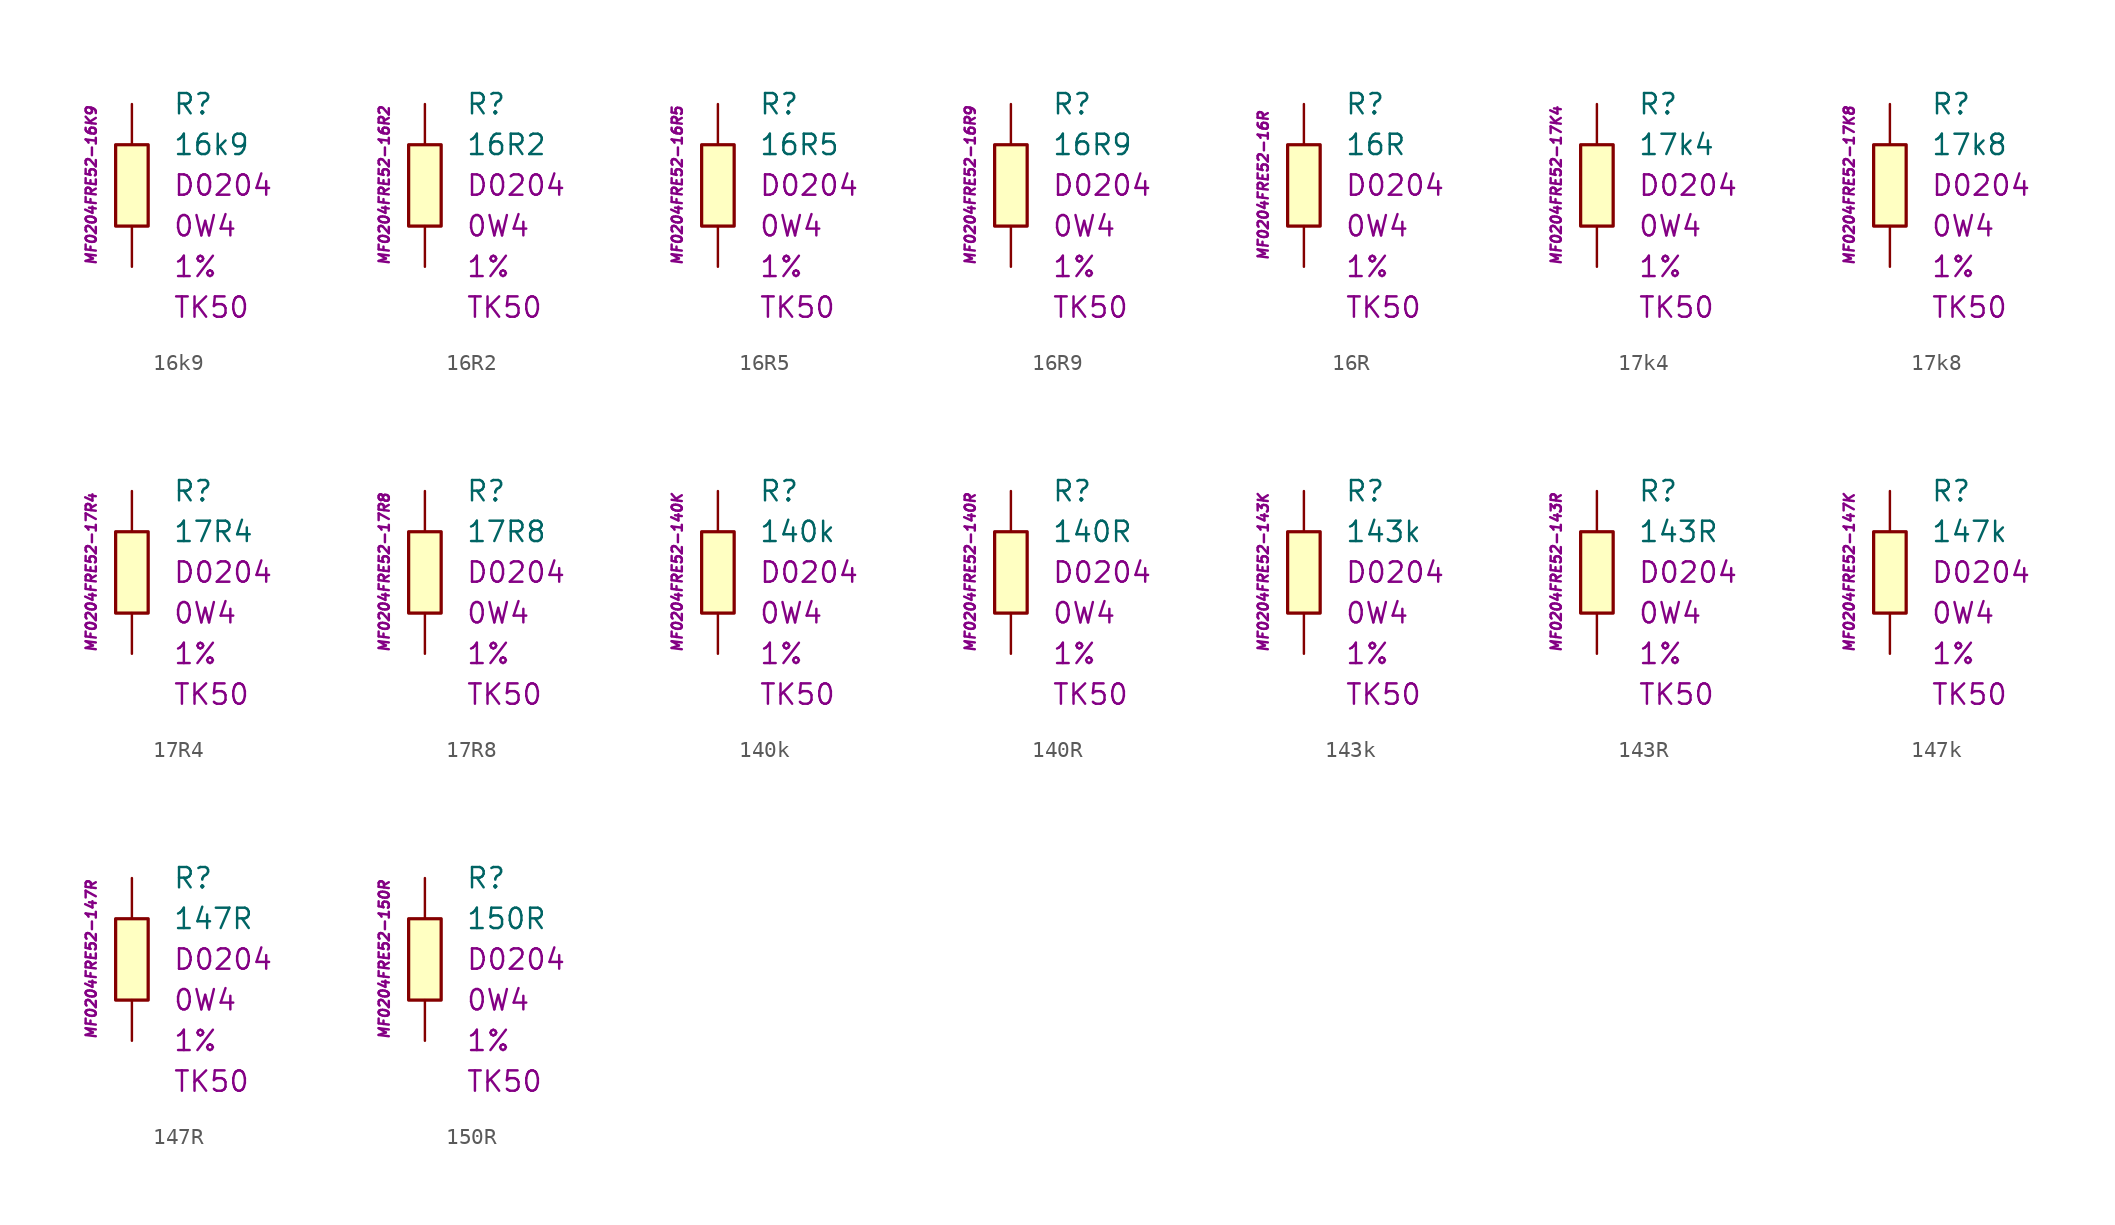
<source format=kicad_sym>
(kicad_symbol_lib
  (version 20201005)
  (generator kicad_symbol_editor)
  (symbol "16k9"
    (pin_numbers hide)
    (pin_names
      (offset 1.016) hide)
    (property "Reference" "R"
      (at 2.54 5.08 0)
      (effects (font (size 1.27 1.27)) (justify left)))
    (property "Value" "16k9"
      (at 2.54 2.54 0)
      (effects (font (size 1.27 1.27)) (justify left)))
    (property "Package" "D0204"
      (at 2.54 0 0)
      (effects (font (size 1.27 1.27)) (justify left)))
    (property "Power" "0W4"
      (at 2.54 -2.54 0)
      (effects (font (size 1.27 1.27)) (justify left)))
    (property "Tolerance" "1%"
      (at 2.54 -5.08 0)
      (effects (font (size 1.27 1.27)) (justify left)))
    (property "TK" "TK50"
      (at 2.54 -7.62 0)
      (effects (font (size 1.27 1.27)) (justify left)))
    (property "ID" "MF0204FRE52-16K9"
      (at -2.54 0 90)
      (effects (font (size 0.635 0.635) italic)))
    (symbol "16k9_0_1"
      (rectangle (start -1.016 2.54) (end 1.016 -2.54) (stroke (width 0.203)) (fill (type background))))
    (symbol "16k9_1_1"
      (pin passive line (at 0 5.08 270) (length 2.54) (name "~" (effects (font (size 1.778 1.778)))) (number "1" (effects (font (size 1.778 1.778)))))
      (pin passive line (at 0 -5.08 90) (length 2.54) (name "~" (effects (font (size 1.778 1.778)))) (number "2" (effects (font (size 1.778 1.778)))))))
  (symbol "16R2"
    (pin_numbers hide)
    (pin_names
      (offset 1.016) hide)
    (property "Reference" "R"
      (at 2.54 5.08 0)
      (effects (font (size 1.27 1.27)) (justify left)))
    (property "Value" "16R2"
      (at 2.54 2.54 0)
      (effects (font (size 1.27 1.27)) (justify left)))
    (property "Package" "D0204"
      (at 2.54 0 0)
      (effects (font (size 1.27 1.27)) (justify left)))
    (property "Power" "0W4"
      (at 2.54 -2.54 0)
      (effects (font (size 1.27 1.27)) (justify left)))
    (property "Tolerance" "1%"
      (at 2.54 -5.08 0)
      (effects (font (size 1.27 1.27)) (justify left)))
    (property "TK" "TK50"
      (at 2.54 -7.62 0)
      (effects (font (size 1.27 1.27)) (justify left)))
    (property "ID" "MF0204FRE52-16R2"
      (at -2.54 0 90)
      (effects (font (size 0.635 0.635) italic)))
    (symbol "16R2_0_1"
      (rectangle (start -1.016 2.54) (end 1.016 -2.54) (stroke (width 0.203)) (fill (type background))))
    (symbol "16R2_1_1"
      (pin passive line (at 0 5.08 270) (length 2.54) (name "~" (effects (font (size 1.778 1.778)))) (number "1" (effects (font (size 1.778 1.778)))))
      (pin passive line (at 0 -5.08 90) (length 2.54) (name "~" (effects (font (size 1.778 1.778)))) (number "2" (effects (font (size 1.778 1.778)))))))
  (symbol "16R5"
    (pin_numbers hide)
    (pin_names
      (offset 1.016) hide)
    (property "Reference" "R"
      (at 2.54 5.08 0)
      (effects (font (size 1.27 1.27)) (justify left)))
    (property "Value" "16R5"
      (at 2.54 2.54 0)
      (effects (font (size 1.27 1.27)) (justify left)))
    (property "Package" "D0204"
      (at 2.54 0 0)
      (effects (font (size 1.27 1.27)) (justify left)))
    (property "Power" "0W4"
      (at 2.54 -2.54 0)
      (effects (font (size 1.27 1.27)) (justify left)))
    (property "Tolerance" "1%"
      (at 2.54 -5.08 0)
      (effects (font (size 1.27 1.27)) (justify left)))
    (property "TK" "TK50"
      (at 2.54 -7.62 0)
      (effects (font (size 1.27 1.27)) (justify left)))
    (property "ID" "MF0204FRE52-16R5"
      (at -2.54 0 90)
      (effects (font (size 0.635 0.635) italic)))
    (symbol "16R5_0_1"
      (rectangle (start -1.016 2.54) (end 1.016 -2.54) (stroke (width 0.203)) (fill (type background))))
    (symbol "16R5_1_1"
      (pin passive line (at 0 5.08 270) (length 2.54) (name "~" (effects (font (size 1.778 1.778)))) (number "1" (effects (font (size 1.778 1.778)))))
      (pin passive line (at 0 -5.08 90) (length 2.54) (name "~" (effects (font (size 1.778 1.778)))) (number "2" (effects (font (size 1.778 1.778)))))))
  (symbol "16R9"
    (pin_numbers hide)
    (pin_names
      (offset 1.016) hide)
    (property "Reference" "R"
      (at 2.54 5.08 0)
      (effects (font (size 1.27 1.27)) (justify left)))
    (property "Value" "16R9"
      (at 2.54 2.54 0)
      (effects (font (size 1.27 1.27)) (justify left)))
    (property "Package" "D0204"
      (at 2.54 0 0)
      (effects (font (size 1.27 1.27)) (justify left)))
    (property "Power" "0W4"
      (at 2.54 -2.54 0)
      (effects (font (size 1.27 1.27)) (justify left)))
    (property "Tolerance" "1%"
      (at 2.54 -5.08 0)
      (effects (font (size 1.27 1.27)) (justify left)))
    (property "TK" "TK50"
      (at 2.54 -7.62 0)
      (effects (font (size 1.27 1.27)) (justify left)))
    (property "ID" "MF0204FRE52-16R9"
      (at -2.54 0 90)
      (effects (font (size 0.635 0.635) italic)))
    (symbol "16R9_0_1"
      (rectangle (start -1.016 2.54) (end 1.016 -2.54) (stroke (width 0.203)) (fill (type background))))
    (symbol "16R9_1_1"
      (pin passive line (at 0 5.08 270) (length 2.54) (name "~" (effects (font (size 1.778 1.778)))) (number "1" (effects (font (size 1.778 1.778)))))
      (pin passive line (at 0 -5.08 90) (length 2.54) (name "~" (effects (font (size 1.778 1.778)))) (number "2" (effects (font (size 1.778 1.778)))))))
  (symbol "16R"
    (pin_numbers hide)
    (pin_names
      (offset 1.016) hide)
    (property "Reference" "R"
      (at 2.54 5.08 0)
      (effects (font (size 1.27 1.27)) (justify left)))
    (property "Value" "16R"
      (at 2.54 2.54 0)
      (effects (font (size 1.27 1.27)) (justify left)))
    (property "Package" "D0204"
      (at 2.54 0 0)
      (effects (font (size 1.27 1.27)) (justify left)))
    (property "Power" "0W4"
      (at 2.54 -2.54 0)
      (effects (font (size 1.27 1.27)) (justify left)))
    (property "Tolerance" "1%"
      (at 2.54 -5.08 0)
      (effects (font (size 1.27 1.27)) (justify left)))
    (property "TK" "TK50"
      (at 2.54 -7.62 0)
      (effects (font (size 1.27 1.27)) (justify left)))
    (property "ID" "MF0204FRE52-16R"
      (at -2.54 0 90)
      (effects (font (size 0.635 0.635) italic)))
    (symbol "16R_0_1"
      (rectangle (start -1.016 2.54) (end 1.016 -2.54) (stroke (width 0.203)) (fill (type background))))
    (symbol "16R_1_1"
      (pin passive line (at 0 5.08 270) (length 2.54) (name "~" (effects (font (size 1.778 1.778)))) (number "1" (effects (font (size 1.778 1.778)))))
      (pin passive line (at 0 -5.08 90) (length 2.54) (name "~" (effects (font (size 1.778 1.778)))) (number "2" (effects (font (size 1.778 1.778)))))))
  (symbol "17k4"
    (pin_numbers hide)
    (pin_names
      (offset 1.016) hide)
    (property "Reference" "R"
      (at 2.54 5.08 0)
      (effects (font (size 1.27 1.27)) (justify left)))
    (property "Value" "17k4"
      (at 2.54 2.54 0)
      (effects (font (size 1.27 1.27)) (justify left)))
    (property "Package" "D0204"
      (at 2.54 0 0)
      (effects (font (size 1.27 1.27)) (justify left)))
    (property "Power" "0W4"
      (at 2.54 -2.54 0)
      (effects (font (size 1.27 1.27)) (justify left)))
    (property "Tolerance" "1%"
      (at 2.54 -5.08 0)
      (effects (font (size 1.27 1.27)) (justify left)))
    (property "TK" "TK50"
      (at 2.54 -7.62 0)
      (effects (font (size 1.27 1.27)) (justify left)))
    (property "ID" "MF0204FRE52-17K4"
      (at -2.54 0 90)
      (effects (font (size 0.635 0.635) italic)))
    (symbol "17k4_0_1"
      (rectangle (start -1.016 2.54) (end 1.016 -2.54) (stroke (width 0.203)) (fill (type background))))
    (symbol "17k4_1_1"
      (pin passive line (at 0 5.08 270) (length 2.54) (name "~" (effects (font (size 1.778 1.778)))) (number "1" (effects (font (size 1.778 1.778)))))
      (pin passive line (at 0 -5.08 90) (length 2.54) (name "~" (effects (font (size 1.778 1.778)))) (number "2" (effects (font (size 1.778 1.778)))))))
  (symbol "17k8"
    (pin_numbers hide)
    (pin_names
      (offset 1.016) hide)
    (property "Reference" "R"
      (at 2.54 5.08 0)
      (effects (font (size 1.27 1.27)) (justify left)))
    (property "Value" "17k8"
      (at 2.54 2.54 0)
      (effects (font (size 1.27 1.27)) (justify left)))
    (property "Package" "D0204"
      (at 2.54 0 0)
      (effects (font (size 1.27 1.27)) (justify left)))
    (property "Power" "0W4"
      (at 2.54 -2.54 0)
      (effects (font (size 1.27 1.27)) (justify left)))
    (property "Tolerance" "1%"
      (at 2.54 -5.08 0)
      (effects (font (size 1.27 1.27)) (justify left)))
    (property "TK" "TK50"
      (at 2.54 -7.62 0)
      (effects (font (size 1.27 1.27)) (justify left)))
    (property "ID" "MF0204FRE52-17K8"
      (at -2.54 0 90)
      (effects (font (size 0.635 0.635) italic)))
    (symbol "17k8_0_1"
      (rectangle (start -1.016 2.54) (end 1.016 -2.54) (stroke (width 0.203)) (fill (type background))))
    (symbol "17k8_1_1"
      (pin passive line (at 0 5.08 270) (length 2.54) (name "~" (effects (font (size 1.778 1.778)))) (number "1" (effects (font (size 1.778 1.778)))))
      (pin passive line (at 0 -5.08 90) (length 2.54) (name "~" (effects (font (size 1.778 1.778)))) (number "2" (effects (font (size 1.778 1.778)))))))
  (symbol "17R4"
    (pin_numbers hide)
    (pin_names
      (offset 1.016) hide)
    (property "Reference" "R"
      (at 2.54 5.08 0)
      (effects (font (size 1.27 1.27)) (justify left)))
    (property "Value" "17R4"
      (at 2.54 2.54 0)
      (effects (font (size 1.27 1.27)) (justify left)))
    (property "Package" "D0204"
      (at 2.54 0 0)
      (effects (font (size 1.27 1.27)) (justify left)))
    (property "Power" "0W4"
      (at 2.54 -2.54 0)
      (effects (font (size 1.27 1.27)) (justify left)))
    (property "Tolerance" "1%"
      (at 2.54 -5.08 0)
      (effects (font (size 1.27 1.27)) (justify left)))
    (property "TK" "TK50"
      (at 2.54 -7.62 0)
      (effects (font (size 1.27 1.27)) (justify left)))
    (property "ID" "MF0204FRE52-17R4"
      (at -2.54 0 90)
      (effects (font (size 0.635 0.635) italic)))
    (symbol "17R4_0_1"
      (rectangle (start -1.016 2.54) (end 1.016 -2.54) (stroke (width 0.203)) (fill (type background))))
    (symbol "17R4_1_1"
      (pin passive line (at 0 5.08 270) (length 2.54) (name "~" (effects (font (size 1.778 1.778)))) (number "1" (effects (font (size 1.778 1.778)))))
      (pin passive line (at 0 -5.08 90) (length 2.54) (name "~" (effects (font (size 1.778 1.778)))) (number "2" (effects (font (size 1.778 1.778)))))))
  (symbol "17R8"
    (pin_numbers hide)
    (pin_names
      (offset 1.016) hide)
    (property "Reference" "R"
      (at 2.54 5.08 0)
      (effects (font (size 1.27 1.27)) (justify left)))
    (property "Value" "17R8"
      (at 2.54 2.54 0)
      (effects (font (size 1.27 1.27)) (justify left)))
    (property "Package" "D0204"
      (at 2.54 0 0)
      (effects (font (size 1.27 1.27)) (justify left)))
    (property "Power" "0W4"
      (at 2.54 -2.54 0)
      (effects (font (size 1.27 1.27)) (justify left)))
    (property "Tolerance" "1%"
      (at 2.54 -5.08 0)
      (effects (font (size 1.27 1.27)) (justify left)))
    (property "TK" "TK50"
      (at 2.54 -7.62 0)
      (effects (font (size 1.27 1.27)) (justify left)))
    (property "ID" "MF0204FRE52-17R8"
      (at -2.54 0 90)
      (effects (font (size 0.635 0.635) italic)))
    (symbol "17R8_0_1"
      (rectangle (start -1.016 2.54) (end 1.016 -2.54) (stroke (width 0.203)) (fill (type background))))
    (symbol "17R8_1_1"
      (pin passive line (at 0 5.08 270) (length 2.54) (name "~" (effects (font (size 1.778 1.778)))) (number "1" (effects (font (size 1.778 1.778)))))
      (pin passive line (at 0 -5.08 90) (length 2.54) (name "~" (effects (font (size 1.778 1.778)))) (number "2" (effects (font (size 1.778 1.778)))))))
  (symbol "140k"
    (pin_numbers hide)
    (pin_names
      (offset 1.016) hide)
    (property "Reference" "R"
      (at 2.54 5.08 0)
      (effects (font (size 1.27 1.27)) (justify left)))
    (property "Value" "140k"
      (at 2.54 2.54 0)
      (effects (font (size 1.27 1.27)) (justify left)))
    (property "Package" "D0204"
      (at 2.54 0 0)
      (effects (font (size 1.27 1.27)) (justify left)))
    (property "Power" "0W4"
      (at 2.54 -2.54 0)
      (effects (font (size 1.27 1.27)) (justify left)))
    (property "Tolerance" "1%"
      (at 2.54 -5.08 0)
      (effects (font (size 1.27 1.27)) (justify left)))
    (property "TK" "TK50"
      (at 2.54 -7.62 0)
      (effects (font (size 1.27 1.27)) (justify left)))
    (property "ID" "MF0204FRE52-140K"
      (at -2.54 0 90)
      (effects (font (size 0.635 0.635) italic)))
    (symbol "140k_0_1"
      (rectangle (start -1.016 2.54) (end 1.016 -2.54) (stroke (width 0.203)) (fill (type background))))
    (symbol "140k_1_1"
      (pin passive line (at 0 5.08 270) (length 2.54) (name "~" (effects (font (size 1.778 1.778)))) (number "1" (effects (font (size 1.778 1.778)))))
      (pin passive line (at 0 -5.08 90) (length 2.54) (name "~" (effects (font (size 1.778 1.778)))) (number "2" (effects (font (size 1.778 1.778)))))))
  (symbol "140R"
    (pin_numbers hide)
    (pin_names
      (offset 1.016) hide)
    (property "Reference" "R"
      (at 2.54 5.08 0)
      (effects (font (size 1.27 1.27)) (justify left)))
    (property "Value" "140R"
      (at 2.54 2.54 0)
      (effects (font (size 1.27 1.27)) (justify left)))
    (property "Package" "D0204"
      (at 2.54 0 0)
      (effects (font (size 1.27 1.27)) (justify left)))
    (property "Power" "0W4"
      (at 2.54 -2.54 0)
      (effects (font (size 1.27 1.27)) (justify left)))
    (property "Tolerance" "1%"
      (at 2.54 -5.08 0)
      (effects (font (size 1.27 1.27)) (justify left)))
    (property "TK" "TK50"
      (at 2.54 -7.62 0)
      (effects (font (size 1.27 1.27)) (justify left)))
    (property "ID" "MF0204FRE52-140R"
      (at -2.54 0 90)
      (effects (font (size 0.635 0.635) italic)))
    (symbol "140R_0_1"
      (rectangle (start -1.016 2.54) (end 1.016 -2.54) (stroke (width 0.203)) (fill (type background))))
    (symbol "140R_1_1"
      (pin passive line (at 0 5.08 270) (length 2.54) (name "~" (effects (font (size 1.778 1.778)))) (number "1" (effects (font (size 1.778 1.778)))))
      (pin passive line (at 0 -5.08 90) (length 2.54) (name "~" (effects (font (size 1.778 1.778)))) (number "2" (effects (font (size 1.778 1.778)))))))
  (symbol "143k"
    (pin_numbers hide)
    (pin_names
      (offset 1.016) hide)
    (property "Reference" "R"
      (at 2.54 5.08 0)
      (effects (font (size 1.27 1.27)) (justify left)))
    (property "Value" "143k"
      (at 2.54 2.54 0)
      (effects (font (size 1.27 1.27)) (justify left)))
    (property "Package" "D0204"
      (at 2.54 0 0)
      (effects (font (size 1.27 1.27)) (justify left)))
    (property "Power" "0W4"
      (at 2.54 -2.54 0)
      (effects (font (size 1.27 1.27)) (justify left)))
    (property "Tolerance" "1%"
      (at 2.54 -5.08 0)
      (effects (font (size 1.27 1.27)) (justify left)))
    (property "TK" "TK50"
      (at 2.54 -7.62 0)
      (effects (font (size 1.27 1.27)) (justify left)))
    (property "ID" "MF0204FRE52-143K"
      (at -2.54 0 90)
      (effects (font (size 0.635 0.635) italic)))
    (symbol "143k_0_1"
      (rectangle (start -1.016 2.54) (end 1.016 -2.54) (stroke (width 0.203)) (fill (type background))))
    (symbol "143k_1_1"
      (pin passive line (at 0 5.08 270) (length 2.54) (name "~" (effects (font (size 1.778 1.778)))) (number "1" (effects (font (size 1.778 1.778)))))
      (pin passive line (at 0 -5.08 90) (length 2.54) (name "~" (effects (font (size 1.778 1.778)))) (number "2" (effects (font (size 1.778 1.778)))))))
  (symbol "143R"
    (pin_numbers hide)
    (pin_names
      (offset 1.016) hide)
    (property "Reference" "R"
      (at 2.54 5.08 0)
      (effects (font (size 1.27 1.27)) (justify left)))
    (property "Value" "143R"
      (at 2.54 2.54 0)
      (effects (font (size 1.27 1.27)) (justify left)))
    (property "Package" "D0204"
      (at 2.54 0 0)
      (effects (font (size 1.27 1.27)) (justify left)))
    (property "Power" "0W4"
      (at 2.54 -2.54 0)
      (effects (font (size 1.27 1.27)) (justify left)))
    (property "Tolerance" "1%"
      (at 2.54 -5.08 0)
      (effects (font (size 1.27 1.27)) (justify left)))
    (property "TK" "TK50"
      (at 2.54 -7.62 0)
      (effects (font (size 1.27 1.27)) (justify left)))
    (property "ID" "MF0204FRE52-143R"
      (at -2.54 0 90)
      (effects (font (size 0.635 0.635) italic)))
    (symbol "143R_0_1"
      (rectangle (start -1.016 2.54) (end 1.016 -2.54) (stroke (width 0.203)) (fill (type background))))
    (symbol "143R_1_1"
      (pin passive line (at 0 5.08 270) (length 2.54) (name "~" (effects (font (size 1.778 1.778)))) (number "1" (effects (font (size 1.778 1.778)))))
      (pin passive line (at 0 -5.08 90) (length 2.54) (name "~" (effects (font (size 1.778 1.778)))) (number "2" (effects (font (size 1.778 1.778)))))))
  (symbol "147k"
    (pin_numbers hide)
    (pin_names
      (offset 1.016) hide)
    (property "Reference" "R"
      (at 2.54 5.08 0)
      (effects (font (size 1.27 1.27)) (justify left)))
    (property "Value" "147k"
      (at 2.54 2.54 0)
      (effects (font (size 1.27 1.27)) (justify left)))
    (property "Package" "D0204"
      (at 2.54 0 0)
      (effects (font (size 1.27 1.27)) (justify left)))
    (property "Power" "0W4"
      (at 2.54 -2.54 0)
      (effects (font (size 1.27 1.27)) (justify left)))
    (property "Tolerance" "1%"
      (at 2.54 -5.08 0)
      (effects (font (size 1.27 1.27)) (justify left)))
    (property "TK" "TK50"
      (at 2.54 -7.62 0)
      (effects (font (size 1.27 1.27)) (justify left)))
    (property "ID" "MF0204FRE52-147K"
      (at -2.54 0 90)
      (effects (font (size 0.635 0.635) italic)))
    (symbol "147k_0_1"
      (rectangle (start -1.016 2.54) (end 1.016 -2.54) (stroke (width 0.203)) (fill (type background))))
    (symbol "147k_1_1"
      (pin passive line (at 0 5.08 270) (length 2.54) (name "~" (effects (font (size 1.778 1.778)))) (number "1" (effects (font (size 1.778 1.778)))))
      (pin passive line (at 0 -5.08 90) (length 2.54) (name "~" (effects (font (size 1.778 1.778)))) (number "2" (effects (font (size 1.778 1.778)))))))
  (symbol "147R"
    (pin_numbers hide)
    (pin_names
      (offset 1.016) hide)
    (property "Reference" "R"
      (at 2.54 5.08 0)
      (effects (font (size 1.27 1.27)) (justify left)))
    (property "Value" "147R"
      (at 2.54 2.54 0)
      (effects (font (size 1.27 1.27)) (justify left)))
    (property "Package" "D0204"
      (at 2.54 0 0)
      (effects (font (size 1.27 1.27)) (justify left)))
    (property "Power" "0W4"
      (at 2.54 -2.54 0)
      (effects (font (size 1.27 1.27)) (justify left)))
    (property "Tolerance" "1%"
      (at 2.54 -5.08 0)
      (effects (font (size 1.27 1.27)) (justify left)))
    (property "TK" "TK50"
      (at 2.54 -7.62 0)
      (effects (font (size 1.27 1.27)) (justify left)))
    (property "ID" "MF0204FRE52-147R"
      (at -2.54 0 90)
      (effects (font (size 0.635 0.635) italic)))
    (symbol "147R_0_1"
      (rectangle (start -1.016 2.54) (end 1.016 -2.54) (stroke (width 0.203)) (fill (type background))))
    (symbol "147R_1_1"
      (pin passive line (at 0 5.08 270) (length 2.54) (name "~" (effects (font (size 1.778 1.778)))) (number "1" (effects (font (size 1.778 1.778)))))
      (pin passive line (at 0 -5.08 90) (length 2.54) (name "~" (effects (font (size 1.778 1.778)))) (number "2" (effects (font (size 1.778 1.778)))))))
  (symbol "150R"
    (pin_numbers hide)
    (pin_names
      (offset 1.016) hide)
    (property "Reference" "R"
      (at 2.54 5.08 0)
      (effects (font (size 1.27 1.27)) (justify left)))
    (property "Value" "150R"
      (at 2.54 2.54 0)
      (effects (font (size 1.27 1.27)) (justify left)))
    (property "Package" "D0204"
      (at 2.54 0 0)
      (effects (font (size 1.27 1.27)) (justify left)))
    (property "Power" "0W4"
      (at 2.54 -2.54 0)
      (effects (font (size 1.27 1.27)) (justify left)))
    (property "Tolerance" "1%"
      (at 2.54 -5.08 0)
      (effects (font (size 1.27 1.27)) (justify left)))
    (property "TK" "TK50"
      (at 2.54 -7.62 0)
      (effects (font (size 1.27 1.27)) (justify left)))
    (property "ID" "MF0204FRE52-150R"
      (at -2.54 0 90)
      (effects (font (size 0.635 0.635) italic)))
    (symbol "150R_0_1"
      (rectangle (start -1.016 2.54) (end 1.016 -2.54) (stroke (width 0.203)) (fill (type background))))
    (symbol "150R_1_1"
      (pin passive line (at 0 5.08 270) (length 2.54) (name "~" (effects (font (size 1.778 1.778)))) (number "1" (effects (font (size 1.778 1.778)))))
      (pin passive line (at 0 -5.08 90) (length 2.54) (name "~" (effects (font (size 1.778 1.778)))) (number "2" (effects (font (size 1.778 1.778))))))))
</source>
